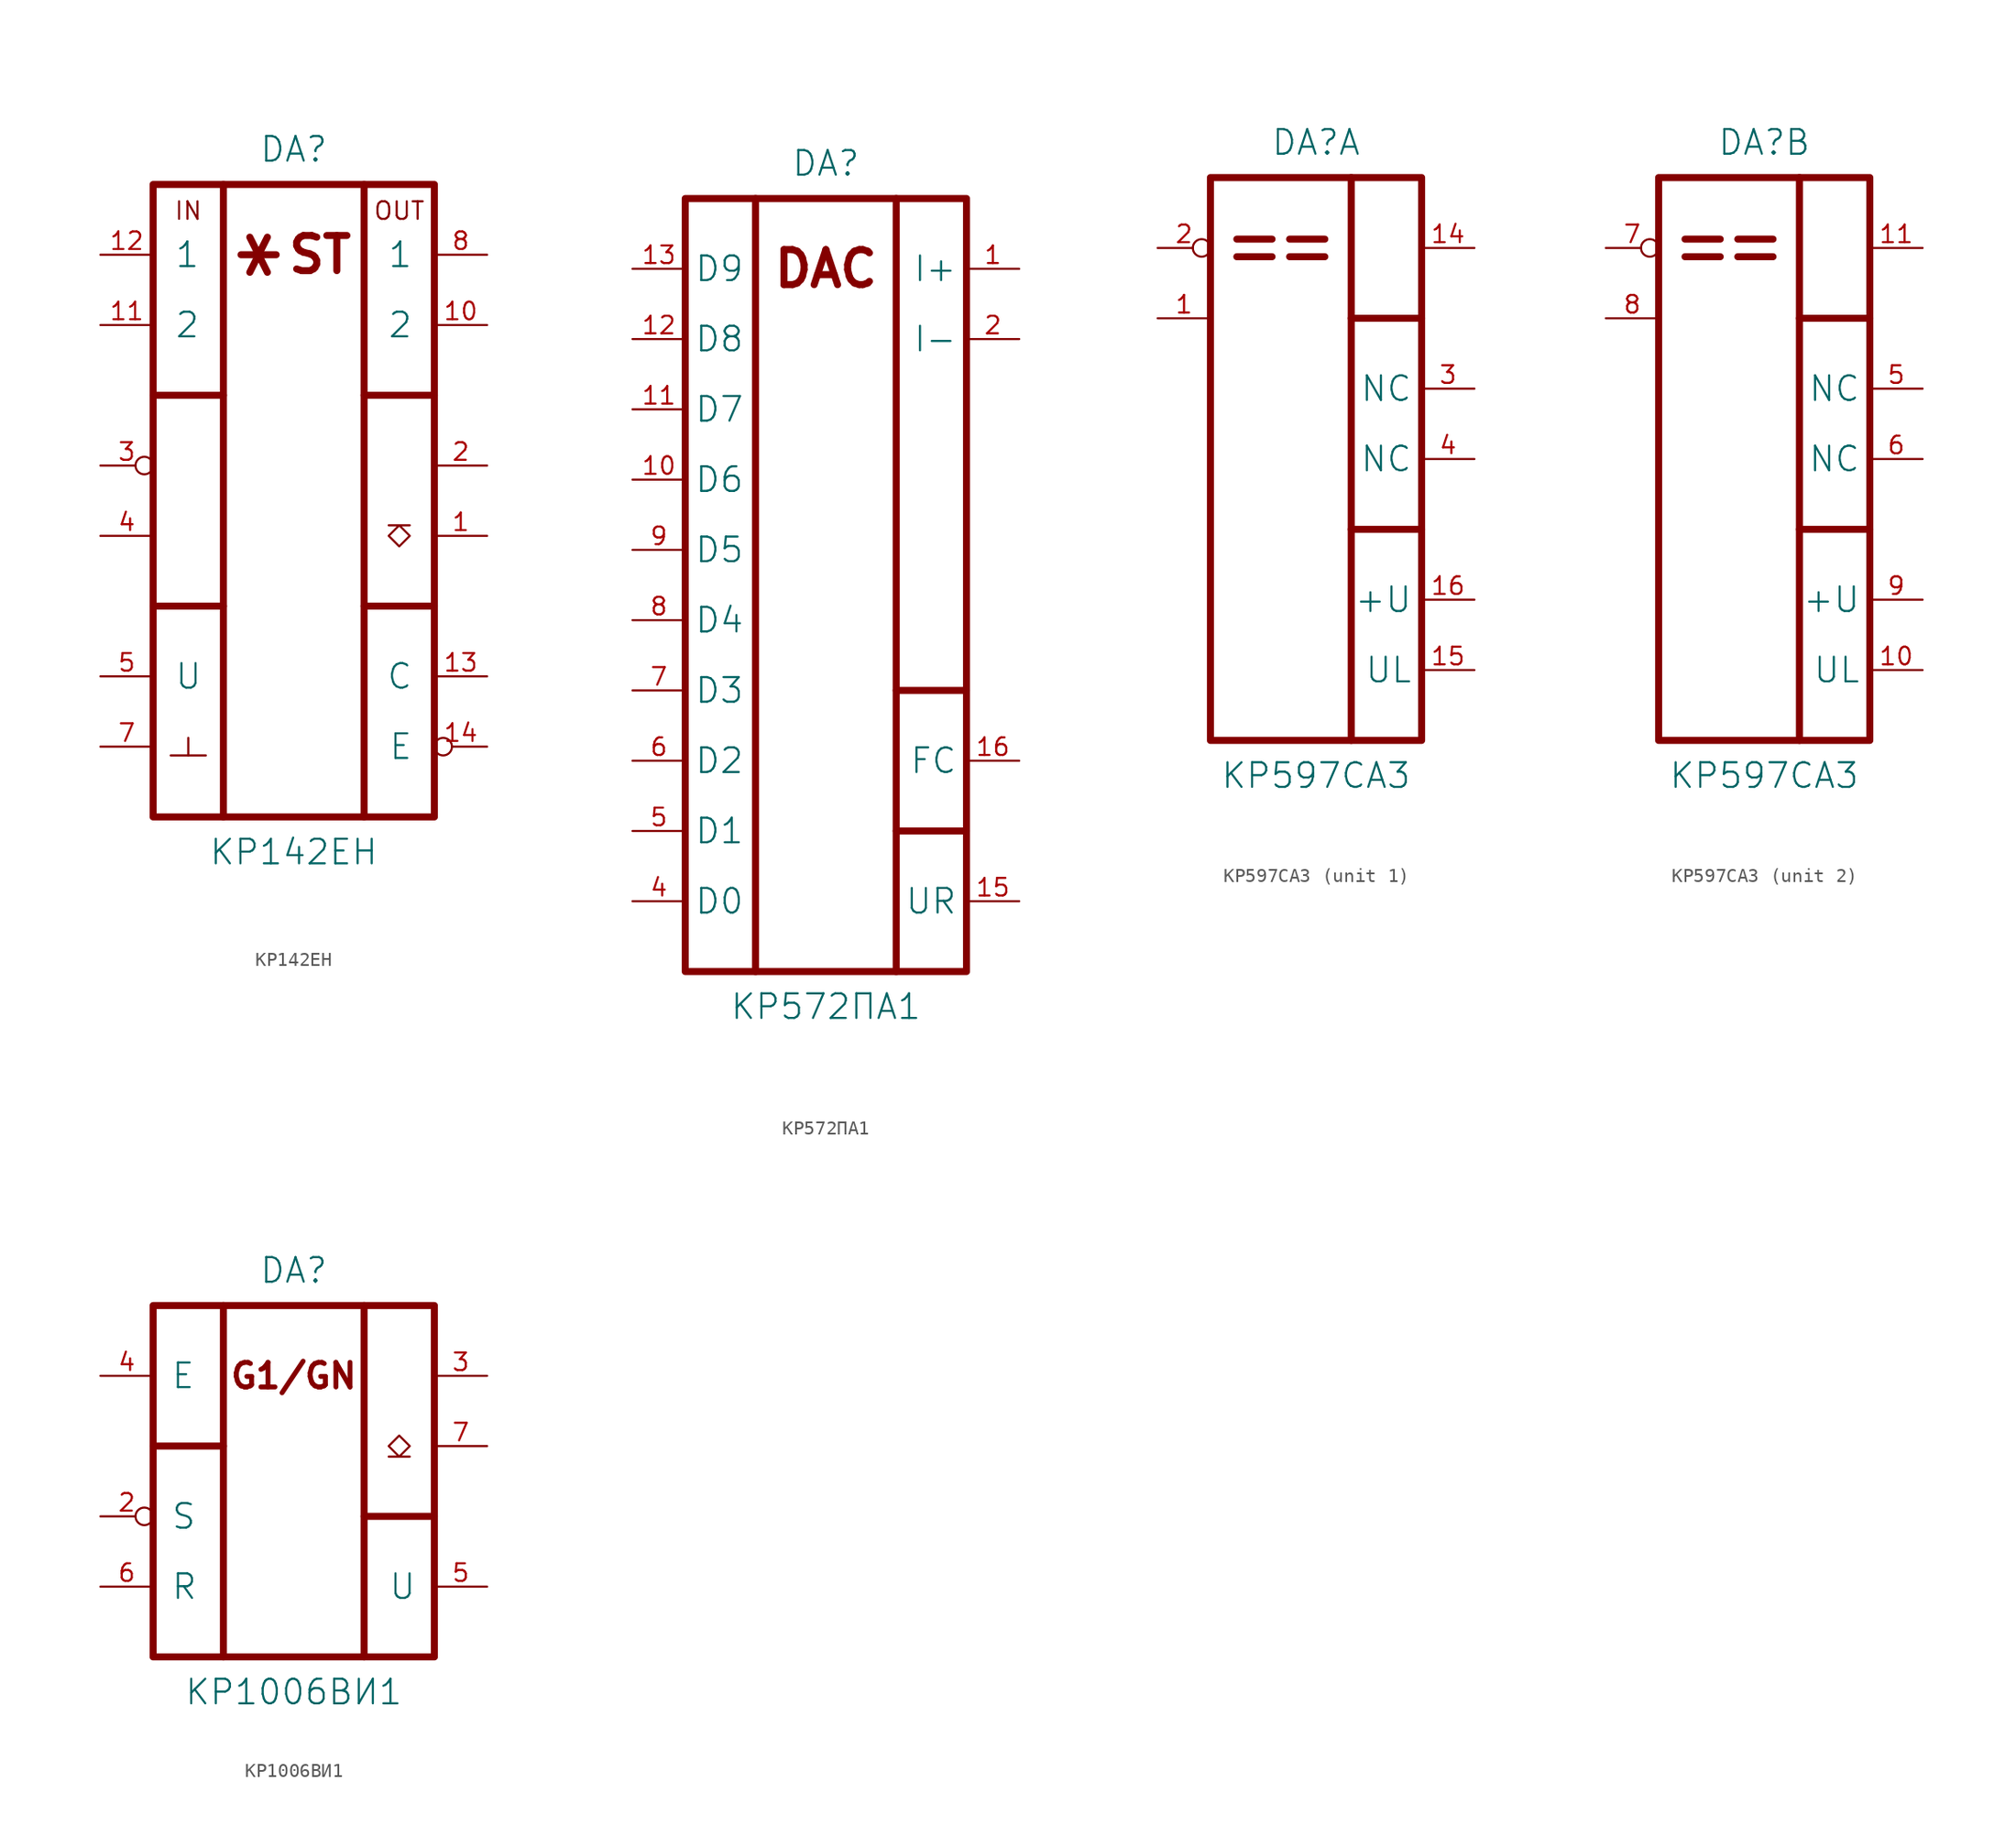
<source format=kicad_sym>
(kicad_symbol_lib
  (version 20211014)
  (generator kicad_symbol_editor)
  (symbol "КР142ЕН"
    (pin_names
      (offset 1.524))
    (property "Reference" "DA"
      (at 0 25.4 0)
      (effects (font (size 1.778 1.778))))
    (property "Value" "КР142ЕН"
      (at 0 -25.4 0)
      (effects (font (size 1.778 1.778))))
    (symbol "КР142ЕН_0_0"
      (polyline (pts (xy -3.81 17.78) (xy -1.27 17.78)) (stroke (width 0.508) (type default) (color 0 0 0 0)) (fill (type none)))
      (polyline (pts (xy -3.175 19.05) (xy -1.905 16.51)) (stroke (width 0.508) (type default) (color 0 0 0 0)) (fill (type none)))
      (polyline (pts (xy -1.905 19.05) (xy -3.175 16.51)) (stroke (width 0.508) (type default) (color 0 0 0 0)) (fill (type none)))
      (polyline (pts (xy 5.08 22.86) (xy 5.08 -22.86)) (stroke (width 0.508) (type default) (color 0 0 0 0)) (fill (type none)))
      (polyline (pts (xy 6.858 -1.778) (xy 7.62 -1.778) (xy 6.858 -2.54) (xy 7.62 -3.302) (xy 8.382 -2.54) (xy 7.62 -1.778) (xy 8.382 -1.778)) (stroke (width 0) (type default) (color 0 0 0 0)) (fill (type none)))
      (text "IN" (at -7.62 20.955 0) (effects (font (size 1.27 1.27))))
      (text "OUT" (at 7.62 20.955 0) (effects (font (size 1.27 1.27))))
      (text "ST" (at 1.905 17.78 0) (effects (font (size 2.54 2.54) bold))))
    (symbol "КР142ЕН_0_1"
      (rectangle (start -10.16 22.86) (end 10.16 -22.86) (stroke (width 0.508) (type default) (color 0 0 0 0)) (fill (type none)))
      (polyline (pts (xy -8.89 -18.415) (xy -6.35 -18.415)) (stroke (width 0) (type default) (color 0 0 0 0)) (fill (type none)))
      (polyline (pts (xy -7.62 -17.145) (xy -7.62 -18.415)) (stroke (width 0) (type default) (color 0 0 0 0)) (fill (type none)))
      (polyline (pts (xy -5.08 -7.62) (xy -10.16 -7.62)) (stroke (width 0.508) (type default) (color 0 0 0 0)) (fill (type none)))
      (polyline (pts (xy -5.08 7.62) (xy -10.16 7.62)) (stroke (width 0.508) (type default) (color 0 0 0 0)) (fill (type none)))
      (polyline (pts (xy -5.08 22.86) (xy -5.08 -22.86)) (stroke (width 0.508) (type default) (color 0 0 0 0)) (fill (type none)))
      (polyline (pts (xy 5.08 -7.62) (xy 10.16 -7.62)) (stroke (width 0.508) (type default) (color 0 0 0 0)) (fill (type none)))
      (polyline (pts (xy 5.08 7.62) (xy 10.16 7.62)) (stroke (width 0.508) (type default) (color 0 0 0 0)) (fill (type none))))
    (symbol "КР142ЕН_1_1"
      (pin passive line (at 13.97 -2.54 180) (length 3.81) (name "~" (effects (font (size 1.778 1.778)))) (number "1" (effects (font (size 1.27 1.27)))))
      (pin power_out line (at 13.97 12.7 180) (length 3.81) (name "2" (effects (font (size 1.778 1.778)))) (number "10" (effects (font (size 1.27 1.27)))))
      (pin power_in line (at -13.97 12.7 0) (length 3.81) (name "2" (effects (font (size 1.778 1.778)))) (number "11" (effects (font (size 1.27 1.27)))))
      (pin power_in line (at -13.97 17.78 0) (length 3.81) (name "1" (effects (font (size 1.778 1.778)))) (number "12" (effects (font (size 1.27 1.27)))))
      (pin passive line (at 13.97 -12.7 180) (length 3.81) (name "C" (effects (font (size 1.778 1.778)))) (number "13" (effects (font (size 1.27 1.27)))))
      (pin input inverted (at 13.97 -17.78 180) (length 3.81) (name "E" (effects (font (size 1.778 1.778)))) (number "14" (effects (font (size 1.27 1.27)))))
      (pin passive line (at 13.97 2.54 180) (length 3.81) (name "~" (effects (font (size 1.778 1.778)))) (number "2" (effects (font (size 1.27 1.27)))))
      (pin input inverted (at -13.97 2.54 0) (length 3.81) (name "~" (effects (font (size 1.778 1.778)))) (number "3" (effects (font (size 1.27 1.27)))))
      (pin input line (at -13.97 -2.54 0) (length 3.81) (name "~" (effects (font (size 1.778 1.778)))) (number "4" (effects (font (size 1.27 1.27)))))
      (pin passive line (at -13.97 -12.7 0) (length 3.81) (name "U" (effects (font (size 1.778 1.778)))) (number "5" (effects (font (size 1.27 1.27)))))
      (pin passive line (at -13.97 -17.78 0) (length 3.81) (name "~" (effects (font (size 1.778 1.778)))) (number "7" (effects (font (size 1.27 1.27)))))
      (pin power_out line (at 13.97 17.78 180) (length 3.81) (name "1" (effects (font (size 1.778 1.778)))) (number "8" (effects (font (size 1.27 1.27)))))))
  (symbol "КР572ПА1"
    (pin_names
      (offset 0.635))
    (property "Reference" "DA"
      (at 0 30.48 0)
      (effects (font (size 1.778 1.778))))
    (property "Value" "КР572ПА1"
      (at 0 -30.48 0)
      (effects (font (size 1.778 1.778))))
    (symbol "КР572ПА1_0_0"
      (polyline (pts (xy 5.08 27.94) (xy 5.08 -27.94)) (stroke (width 0.508) (type default) (color 0 0 0 0)) (fill (type none)))
      (polyline (pts (xy 10.16 -17.78) (xy 5.08 -17.78)) (stroke (width 0.508) (type default) (color 0 0 0 0)) (fill (type none)))
      (text "DAC" (at 0 22.86 0) (effects (font (size 2.54 2.54) bold))))
    (symbol "КР572ПА1_0_1"
      (rectangle (start -10.16 27.94) (end 10.16 -27.94) (stroke (width 0.508) (type default) (color 0 0 0 0)) (fill (type none)))
      (polyline (pts (xy -5.08 27.94) (xy -5.08 -27.94)) (stroke (width 0.508) (type default) (color 0 0 0 0)) (fill (type none))))
    (symbol "КР572ПА1_1_0"
      (polyline (pts (xy 5.08 -7.62) (xy 10.16 -7.62)) (stroke (width 0.508) (type default) (color 0 0 0 0)) (fill (type none))))
    (symbol "КР572ПА1_1_1"
      (pin output line (at 13.97 22.86 180) (length 3.81) (name "I+" (effects (font (size 1.778 1.778)))) (number "1" (effects (font (size 1.27 1.27)))))
      (pin input line (at -13.97 7.62 0) (length 3.81) (name "D6" (effects (font (size 1.778 1.778)))) (number "10" (effects (font (size 1.27 1.27)))))
      (pin input line (at -13.97 12.7 0) (length 3.81) (name "D7" (effects (font (size 1.778 1.778)))) (number "11" (effects (font (size 1.27 1.27)))))
      (pin input line (at -13.97 17.78 0) (length 3.81) (name "D8" (effects (font (size 1.778 1.778)))) (number "12" (effects (font (size 1.27 1.27)))))
      (pin input line (at -13.97 22.86 0) (length 3.81) (name "D9" (effects (font (size 1.778 1.778)))) (number "13" (effects (font (size 1.27 1.27)))))
      (pin power_in non_logic (at 13.97 25.4 180) (length 3.81) hide (name "VCC" (effects (font (size 1.27 1.27)))) (number "14" (effects (font (size 1.27 1.27)))))
      (pin input line (at 13.97 -22.86 180) (length 3.81) (name "UR" (effects (font (size 1.778 1.778)))) (number "15" (effects (font (size 1.27 1.27)))))
      (pin input line (at 13.97 -12.7 180) (length 3.81) (name "FC" (effects (font (size 1.778 1.778)))) (number "16" (effects (font (size 1.27 1.27)))))
      (pin output line (at 13.97 17.78 180) (length 3.81) (name "I-" (effects (font (size 1.778 1.778)))) (number "2" (effects (font (size 1.27 1.27)))))
      (pin power_in non_logic (at 13.97 -25.4 180) (length 3.81) hide (name "GND" (effects (font (size 1.27 1.27)))) (number "3" (effects (font (size 1.27 1.27)))))
      (pin input line (at -13.97 -22.86 0) (length 3.81) (name "D0" (effects (font (size 1.778 1.778)))) (number "4" (effects (font (size 1.27 1.27)))))
      (pin input line (at -13.97 -17.78 0) (length 3.81) (name "D1" (effects (font (size 1.778 1.778)))) (number "5" (effects (font (size 1.27 1.27)))))
      (pin input line (at -13.97 -12.7 0) (length 3.81) (name "D2" (effects (font (size 1.778 1.778)))) (number "6" (effects (font (size 1.27 1.27)))))
      (pin input line (at -13.97 -7.62 0) (length 3.81) (name "D3" (effects (font (size 1.778 1.778)))) (number "7" (effects (font (size 1.27 1.27)))))
      (pin input line (at -13.97 -2.54 0) (length 3.81) (name "D4" (effects (font (size 1.778 1.778)))) (number "8" (effects (font (size 1.27 1.27)))))
      (pin input line (at -13.97 2.54 0) (length 3.81) (name "D5" (effects (font (size 1.778 1.778)))) (number "9" (effects (font (size 1.27 1.27)))))))
  (symbol "КР597СА3"
    (pin_names
      (offset 0.635))
    (property "Reference" "DA"
      (at 0 22.86 0)
      (effects (font (size 1.778 1.778))))
    (property "Value" "КР597СА3"
      (at 0 -22.86 0)
      (effects (font (size 1.778 1.778))))
    (symbol "КР597СА3_0_0"
      (polyline (pts (xy 2.54 20.32) (xy 2.54 -20.32)) (stroke (width 0.508) (type default) (color 0 0 0 0)) (fill (type none)))
      (polyline (pts (xy 7.62 -5.08) (xy 2.54 -5.08)) (stroke (width 0.508) (type default) (color 0 0 0 0)) (fill (type none)))
      (polyline (pts (xy 7.62 10.16) (xy 2.54 10.16)) (stroke (width 0.508) (type default) (color 0 0 0 0)) (fill (type none))))
    (symbol "КР597СА3_0_1"
      (rectangle (start -7.62 20.32) (end 7.62 -20.32) (stroke (width 0.508) (type default) (color 0 0 0 0)) (fill (type none)))
      (polyline (pts (xy -5.715 14.605) (xy -3.175 14.605)) (stroke (width 0.508) (type default) (color 0 0 0 0)) (fill (type none)))
      (polyline (pts (xy -5.715 15.875) (xy -3.175 15.875)) (stroke (width 0.508) (type default) (color 0 0 0 0)) (fill (type none)))
      (polyline (pts (xy -1.905 14.605) (xy 0.635 14.605)) (stroke (width 0.508) (type default) (color 0 0 0 0)) (fill (type none)))
      (polyline (pts (xy -1.905 15.875) (xy 0.635 15.875)) (stroke (width 0.508) (type default) (color 0 0 0 0)) (fill (type none)))
      (pin power_in line (at 11.43 -17.78 180) (length 3.81) hide (name "GND" (effects (font (size 1.27 1.27)))) (number "12" (effects (font (size 1.27 1.27)))))
      (pin power_in line (at 11.43 -7.62 180) (length 3.81) hide (name "VEE" (effects (font (size 1.27 1.27)))) (number "13" (effects (font (size 1.27 1.27))))))
    (symbol "КР597СА3_1_1"
      (pin input line (at -11.43 10.16 0) (length 3.81) (name "~" (effects (font (size 1.778 1.778)))) (number "1" (effects (font (size 1.27 1.27)))))
      (pin passive line (at 11.43 15.24 180) (length 3.81) (name "~" (effects (font (size 1.778 1.778)))) (number "14" (effects (font (size 1.27 1.27)))))
      (pin power_in line (at 11.43 -15.24 180) (length 3.81) (name "UL" (effects (font (size 1.778 1.778)))) (number "15" (effects (font (size 1.27 1.27)))))
      (pin power_in line (at 11.43 -10.16 180) (length 3.81) (name "+U" (effects (font (size 1.778 1.778)))) (number "16" (effects (font (size 1.27 1.27)))))
      (pin input inverted (at -11.43 15.24 0) (length 3.81) (name "~" (effects (font (size 1.778 1.778)))) (number "2" (effects (font (size 1.27 1.27)))))
      (pin passive line (at 11.43 5.08 180) (length 3.81) (name "NC" (effects (font (size 1.778 1.778)))) (number "3" (effects (font (size 1.27 1.27)))))
      (pin passive line (at 11.43 0 180) (length 3.81) (name "NC" (effects (font (size 1.778 1.778)))) (number "4" (effects (font (size 1.27 1.27))))))
    (symbol "КР597СА3_2_1"
      (pin power_in line (at 11.43 -15.24 180) (length 3.81) (name "UL" (effects (font (size 1.778 1.778)))) (number "10" (effects (font (size 1.27 1.27)))))
      (pin passive line (at 11.43 15.24 180) (length 3.81) (name "~" (effects (font (size 1.778 1.778)))) (number "11" (effects (font (size 1.27 1.27)))))
      (pin passive line (at 11.43 5.08 180) (length 3.81) (name "NC" (effects (font (size 1.778 1.778)))) (number "5" (effects (font (size 1.27 1.27)))))
      (pin passive line (at 11.43 0 180) (length 3.81) (name "NC" (effects (font (size 1.778 1.778)))) (number "6" (effects (font (size 1.27 1.27)))))
      (pin input inverted (at -11.43 15.24 0) (length 3.81) (name "~" (effects (font (size 1.778 1.778)))) (number "7" (effects (font (size 1.27 1.27)))))
      (pin input line (at -11.43 10.16 0) (length 3.81) (name "~" (effects (font (size 1.778 1.778)))) (number "8" (effects (font (size 1.27 1.27)))))
      (pin power_in line (at 11.43 -10.16 180) (length 3.81) (name "+U" (effects (font (size 1.778 1.778)))) (number "9" (effects (font (size 1.27 1.27)))))))
  (symbol "КР1006ВИ1"
    (pin_names
      (offset 1.27))
    (property "Reference" "DA"
      (at 0 15.24 0)
      (effects (font (size 1.778 1.778))))
    (property "Value" "КР1006ВИ1"
      (at 0 -15.24 0)
      (effects (font (size 1.778 1.778))))
    (symbol "КР1006ВИ1_0_0"
      (polyline (pts (xy -10.16 2.54) (xy -5.08 2.54)) (stroke (width 0.508) (type default) (color 0 0 0 0)) (fill (type none)))
      (polyline (pts (xy -5.08 12.7) (xy -5.08 -12.7)) (stroke (width 0.508) (type default) (color 0 0 0 0)) (fill (type none)))
      (polyline (pts (xy 5.08 12.7) (xy 5.08 -12.7)) (stroke (width 0.508) (type default) (color 0 0 0 0)) (fill (type none)))
      (polyline (pts (xy 10.16 -2.54) (xy 5.08 -2.54)) (stroke (width 0.508) (type default) (color 0 0 0 0)) (fill (type none)))
      (text "G1/GN" (at 0 7.62 0) (effects (font (size 1.778 1.778) bold))))
    (symbol "КР1006ВИ1_0_1"
      (rectangle (start -10.16 12.7) (end 10.16 -12.7) (stroke (width 0.508) (type default) (color 0 0 0 0)) (fill (type none)))
      (polyline (pts (xy 6.858 1.778) (xy 7.62 1.778) (xy 6.858 2.54) (xy 7.62 3.302) (xy 8.382 2.54) (xy 7.62 1.778) (xy 8.382 1.778)) (stroke (width 0) (type default) (color 0 0 0 0)) (fill (type none))))
    (symbol "КР1006ВИ1_1_1"
      (pin power_in line (at 13.97 -10.16 180) (length 3.81) hide (name "GND" (effects (font (size 1.27 1.27)))) (number "1" (effects (font (size 1.27 1.27)))))
      (pin input inverted (at -13.97 -2.54 0) (length 3.81) (name "S" (effects (font (size 1.778 1.778)))) (number "2" (effects (font (size 1.27 1.27)))))
      (pin output line (at 13.97 7.62 180) (length 3.81) (name "~" (effects (font (size 1.778 1.778)))) (number "3" (effects (font (size 1.27 1.27)))))
      (pin input line (at -13.97 7.62 0) (length 3.81) (name "E" (effects (font (size 1.778 1.778)))) (number "4" (effects (font (size 1.27 1.27)))))
      (pin passive line (at 13.97 -7.62 180) (length 3.81) (name "U" (effects (font (size 1.778 1.778)))) (number "5" (effects (font (size 1.27 1.27)))))
      (pin input line (at -13.97 -7.62 0) (length 3.81) (name "R" (effects (font (size 1.778 1.778)))) (number "6" (effects (font (size 1.27 1.27)))))
      (pin passive line (at 13.97 2.54 180) (length 3.81) (name "~" (effects (font (size 1.778 1.778)))) (number "7" (effects (font (size 1.27 1.27)))))
      (pin power_in line (at 13.97 10.16 180) (length 3.81) hide (name "VCC" (effects (font (size 1.27 1.27)))) (number "8" (effects (font (size 1.27 1.27))))))))
</source>
